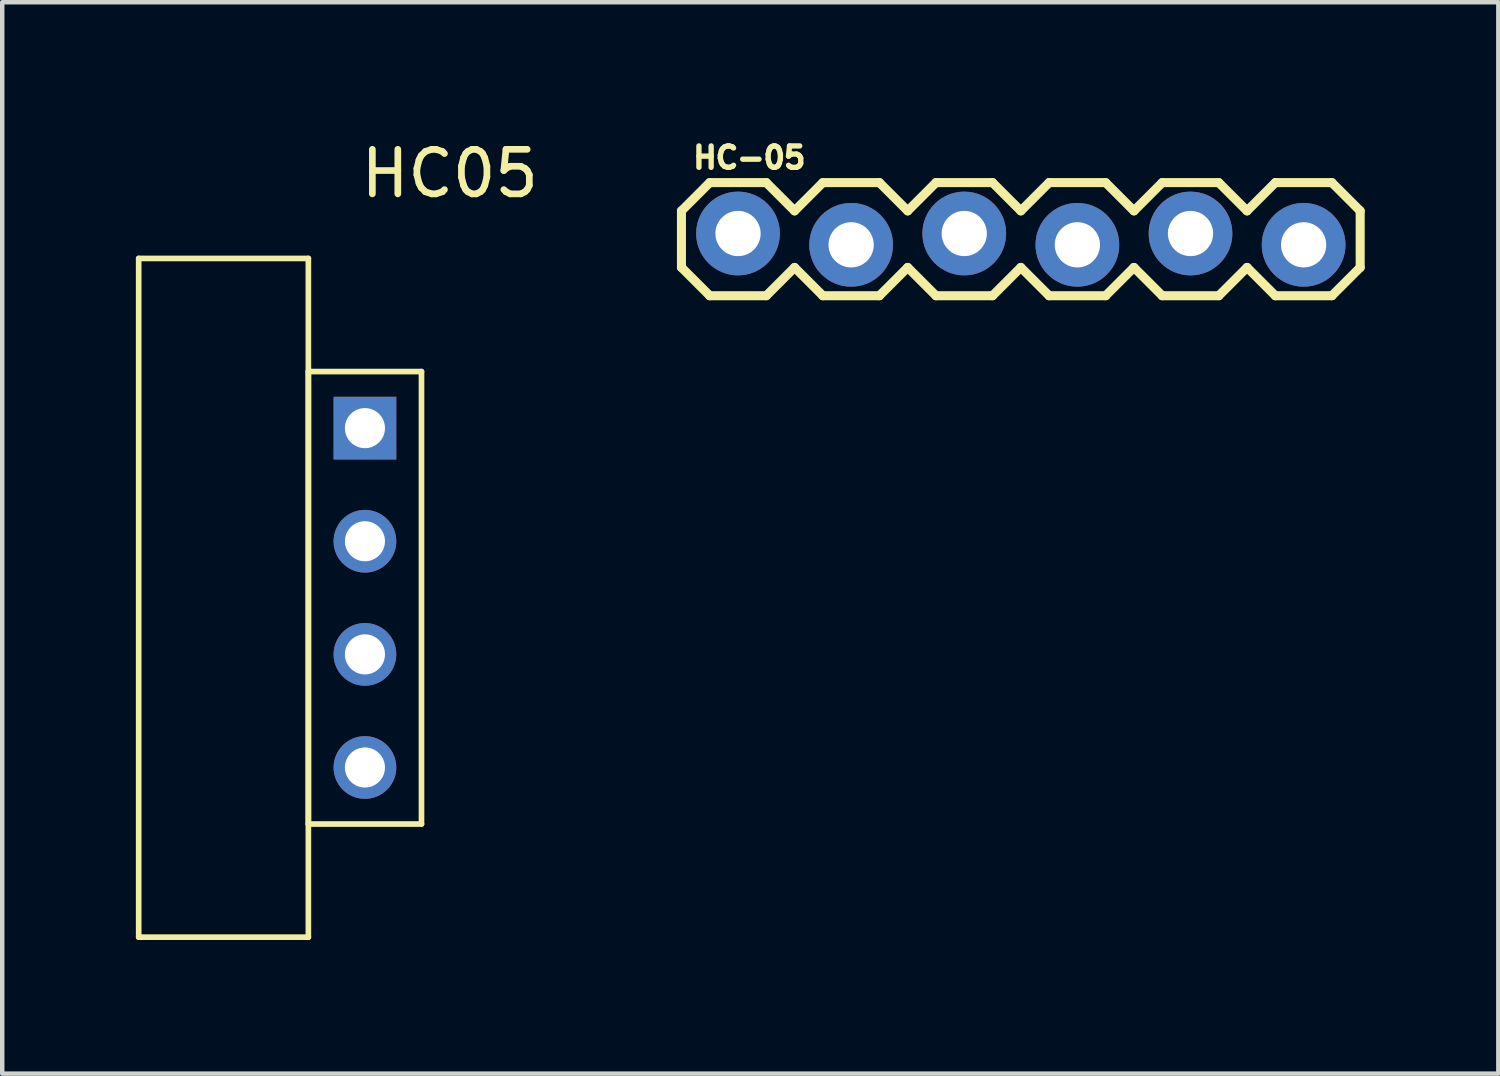
<source format=kicad_pcb>
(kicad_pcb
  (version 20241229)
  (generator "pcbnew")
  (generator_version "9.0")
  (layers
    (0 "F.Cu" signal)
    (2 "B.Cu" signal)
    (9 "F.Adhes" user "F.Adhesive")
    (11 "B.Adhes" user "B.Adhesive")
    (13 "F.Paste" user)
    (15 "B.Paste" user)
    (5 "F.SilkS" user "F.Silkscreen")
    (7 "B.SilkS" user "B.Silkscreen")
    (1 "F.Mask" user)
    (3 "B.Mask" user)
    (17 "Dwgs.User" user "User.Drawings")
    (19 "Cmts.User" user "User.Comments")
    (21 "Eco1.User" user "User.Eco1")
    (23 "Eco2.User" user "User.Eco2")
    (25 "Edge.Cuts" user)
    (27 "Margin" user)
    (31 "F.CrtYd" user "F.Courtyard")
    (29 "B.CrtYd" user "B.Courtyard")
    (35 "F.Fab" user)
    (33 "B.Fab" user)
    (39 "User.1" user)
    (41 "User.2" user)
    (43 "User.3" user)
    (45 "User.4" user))
  (footprint "HC05"
    (layer "F.Cu")
    (at 5.144 6.563)
    (property "Reference" "HC05" (at 1.905 -5.715 0) (layer "F.SilkS") (effects (font (size 1 1) (thickness 0.15))))
    (attr through_hole)
    (fp_line (start -5.08 -3.81) (end -5.08 11.43) (stroke (width 0.127) (type solid)) (layer "F.SilkS"))
    (fp_line (start -5.08 -3.81) (end -1.27 -3.81) (stroke (width 0.127) (type solid)) (layer "F.SilkS"))
    (fp_line (start -1.27 -3.81) (end -1.27 11.43) (stroke (width 0.127) (type solid)) (layer "F.SilkS"))
    (fp_line (start -1.27 -1.27) (end -1.27 8.89) (stroke (width 0.127) (type solid)) (layer "F.SilkS"))
    (fp_line (start -1.27 8.89) (end 1.27 8.89) (stroke (width 0.127) (type solid)) (layer "F.SilkS"))
    (fp_line (start -1.27 11.43) (end -5.08 11.43) (stroke (width 0.127) (type solid)) (layer "F.SilkS"))
    (fp_line (start 1.27 -1.27) (end -1.27 -1.27) (stroke (width 0.127) (type solid)) (layer "F.SilkS"))
    (fp_line (start 1.27 8.89) (end 1.27 -1.27) (stroke (width 0.127) (type solid)) (layer "F.SilkS"))
    (pad "1" thru_hole rect (at 0 0) (size 1.408 1.408) (drill 0.9) (layers "*.Cu" "*.Mask"))
    (pad "2" thru_hole circle (at 0 2.54) (size 1.408 1.408) (drill 0.9) (layers "*.Cu" "*.Mask"))
    (pad "3" thru_hole circle (at 0 5.08) (size 1.408 1.408) (drill 0.9) (layers "*.Cu" "*.Mask"))
    (pad "4" thru_hole circle (at 0 7.62) (size 1.408 1.408) (drill 0.9) (layers "*.Cu" "*.Mask")))
  (footprint "HC-05"
    (layer "F.Cu")
    (at 13.521 2.193)
    (property "Reference" "HC-05" (at 0.254 -1.702 0) (layer "F.SilkS") (effects (font (size 0.48 0.48) (thickness 0.15))))
    (attr through_hole)
    (fp_line (start -1.27 -0.508) (end -0.635 -1.143) (stroke (width 0.203) (type solid)) (layer "F.SilkS"))
    (fp_line (start -1.27 0.762) (end -1.27 -0.508) (stroke (width 0.203) (type solid)) (layer "F.SilkS"))
    (fp_line (start -0.635 -1.143) (end 0.635 -1.143) (stroke (width 0.203) (type solid)) (layer "F.SilkS"))
    (fp_line (start -0.635 1.397) (end -1.27 0.762) (stroke (width 0.203) (type solid)) (layer "F.SilkS"))
    (fp_line (start 0.635 -1.143) (end 1.27 -0.508) (stroke (width 0.203) (type solid)) (layer "F.SilkS"))
    (fp_line (start 0.635 1.397) (end -0.635 1.397) (stroke (width 0.203) (type solid)) (layer "F.SilkS"))
    (fp_line (start 1.27 -0.508) (end 1.905 -1.143) (stroke (width 0.203) (type solid)) (layer "F.SilkS"))
    (fp_line (start 1.27 0.762) (end 0.635 1.397) (stroke (width 0.203) (type solid)) (layer "F.SilkS"))
    (fp_line (start 1.905 -1.143) (end 3.175 -1.143) (stroke (width 0.203) (type solid)) (layer "F.SilkS"))
    (fp_line (start 1.905 1.397) (end 1.27 0.762) (stroke (width 0.203) (type solid)) (layer "F.SilkS"))
    (fp_line (start 3.175 -1.143) (end 3.81 -0.508) (stroke (width 0.203) (type solid)) (layer "F.SilkS"))
    (fp_line (start 3.175 1.397) (end 1.905 1.397) (stroke (width 0.203) (type solid)) (layer "F.SilkS"))
    (fp_line (start 3.81 -0.508) (end 4.445 -1.143) (stroke (width 0.203) (type solid)) (layer "F.SilkS"))
    (fp_line (start 3.81 0.762) (end 3.175 1.397) (stroke (width 0.203) (type solid)) (layer "F.SilkS"))
    (fp_line (start 4.445 -1.143) (end 5.715 -1.143) (stroke (width 0.203) (type solid)) (layer "F.SilkS"))
    (fp_line (start 4.445 1.397) (end 3.81 0.762) (stroke (width 0.203) (type solid)) (layer "F.SilkS"))
    (fp_line (start 5.715 -1.143) (end 6.35 -0.508) (stroke (width 0.203) (type solid)) (layer "F.SilkS"))
    (fp_line (start 5.715 1.397) (end 4.445 1.397) (stroke (width 0.203) (type solid)) (layer "F.SilkS"))
    (fp_line (start 6.35 -0.508) (end 6.985 -1.143) (stroke (width 0.203) (type solid)) (layer "F.SilkS"))
    (fp_line (start 6.35 0.762) (end 5.715 1.397) (stroke (width 0.203) (type solid)) (layer "F.SilkS"))
    (fp_line (start 6.985 -1.143) (end 8.255 -1.143) (stroke (width 0.203) (type solid)) (layer "F.SilkS"))
    (fp_line (start 6.985 1.397) (end 6.35 0.762) (stroke (width 0.203) (type solid)) (layer "F.SilkS"))
    (fp_line (start 8.255 -1.143) (end 8.89 -0.508) (stroke (width 0.203) (type solid)) (layer "F.SilkS"))
    (fp_line (start 8.255 1.397) (end 6.985 1.397) (stroke (width 0.203) (type solid)) (layer "F.SilkS"))
    (fp_line (start 8.89 -0.508) (end 9.525 -1.143) (stroke (width 0.203) (type solid)) (layer "F.SilkS"))
    (fp_line (start 8.89 0.762) (end 8.255 1.397) (stroke (width 0.203) (type solid)) (layer "F.SilkS"))
    (fp_line (start 9.525 -1.143) (end 10.795 -1.143) (stroke (width 0.203) (type solid)) (layer "F.SilkS"))
    (fp_line (start 9.525 1.397) (end 8.89 0.762) (stroke (width 0.203) (type solid)) (layer "F.SilkS"))
    (fp_line (start 10.795 -1.143) (end 11.43 -0.508) (stroke (width 0.203) (type solid)) (layer "F.SilkS"))
    (fp_line (start 10.795 1.397) (end 9.525 1.397) (stroke (width 0.203) (type solid)) (layer "F.SilkS"))
    (fp_line (start 11.43 -0.508) (end 12.065 -1.143) (stroke (width 0.203) (type solid)) (layer "F.SilkS"))
    (fp_line (start 11.43 0.762) (end 10.795 1.397) (stroke (width 0.203) (type solid)) (layer "F.SilkS"))
    (fp_line (start 12.065 -1.143) (end 13.335 -1.143) (stroke (width 0.203) (type solid)) (layer "F.SilkS"))
    (fp_line (start 12.065 1.397) (end 11.43 0.762) (stroke (width 0.203) (type solid)) (layer "F.SilkS"))
    (fp_line (start 13.335 -1.143) (end 13.97 -0.508) (stroke (width 0.203) (type solid)) (layer "F.SilkS"))
    (fp_line (start 13.335 1.397) (end 12.065 1.397) (stroke (width 0.203) (type solid)) (layer "F.SilkS"))
    (fp_line (start 13.97 -0.508) (end 13.97 0.762) (stroke (width 0.203) (type solid)) (layer "F.SilkS"))
    (fp_line (start 13.97 0.762) (end 13.335 1.397) (stroke (width 0.203) (type solid)) (layer "F.SilkS"))
    (fp_poly (pts (xy -0.292 -0.165) (xy 0.292 -0.165) (xy 0.292 0.419) (xy -0.292 0.419)) (stroke (width 0.01) (type solid)) (fill no) (layer "F.Fab"))
    (fp_poly (pts (xy 2.248 -0.165) (xy 2.832 -0.165) (xy 2.832 0.419) (xy 2.248 0.419)) (stroke (width 0.01) (type solid)) (fill no) (layer "F.Fab"))
    (fp_poly (pts (xy 4.788 -0.165) (xy 5.372 -0.165) (xy 5.372 0.419) (xy 4.788 0.419)) (stroke (width 0.01) (type solid)) (fill no) (layer "F.Fab"))
    (fp_poly (pts (xy 7.328 -0.165) (xy 7.912 -0.165) (xy 7.912 0.419) (xy 7.328 0.419)) (stroke (width 0.01) (type solid)) (fill no) (layer "F.Fab"))
    (fp_poly (pts (xy 9.868 -0.165) (xy 10.452 -0.165) (xy 10.452 0.419) (xy 9.868 0.419)) (stroke (width 0.01) (type solid)) (fill no) (layer "F.Fab"))
    (fp_poly (pts (xy 12.408 -0.165) (xy 12.992 -0.165) (xy 12.992 0.419) (xy 12.408 0.419)) (stroke (width 0.01) (type solid)) (fill no) (layer "F.Fab"))
    (pad "1" thru_hole circle (at 0 0) (size 1.88 1.88) (drill 1.016) (layers "*.Cu" "*.Mask"))
    (pad "2" thru_hole circle (at 2.54 0.254) (size 1.88 1.88) (drill 1.016) (layers "*.Cu" "*.Mask"))
    (pad "3" thru_hole circle (at 5.08 0) (size 1.88 1.88) (drill 1.016) (layers "*.Cu" "*.Mask"))
    (pad "4" thru_hole circle (at 7.62 0.254) (size 1.88 1.88) (drill 1.016) (layers "*.Cu" "*.Mask"))
    (pad "5" thru_hole circle (at 10.16 0) (size 1.88 1.88) (drill 1.016) (layers "*.Cu" "*.Mask"))
    (pad "6" thru_hole circle (at 12.7 0.254) (size 1.88 1.88) (drill 1.016) (layers "*.Cu" "*.Mask")))
  (gr_rect
    (start -3 -3)
    (end 30.593 21.057)
    (stroke (width 0.1) (type default))
    (fill no)
    (layer "Edge.Cuts")))
</source>
